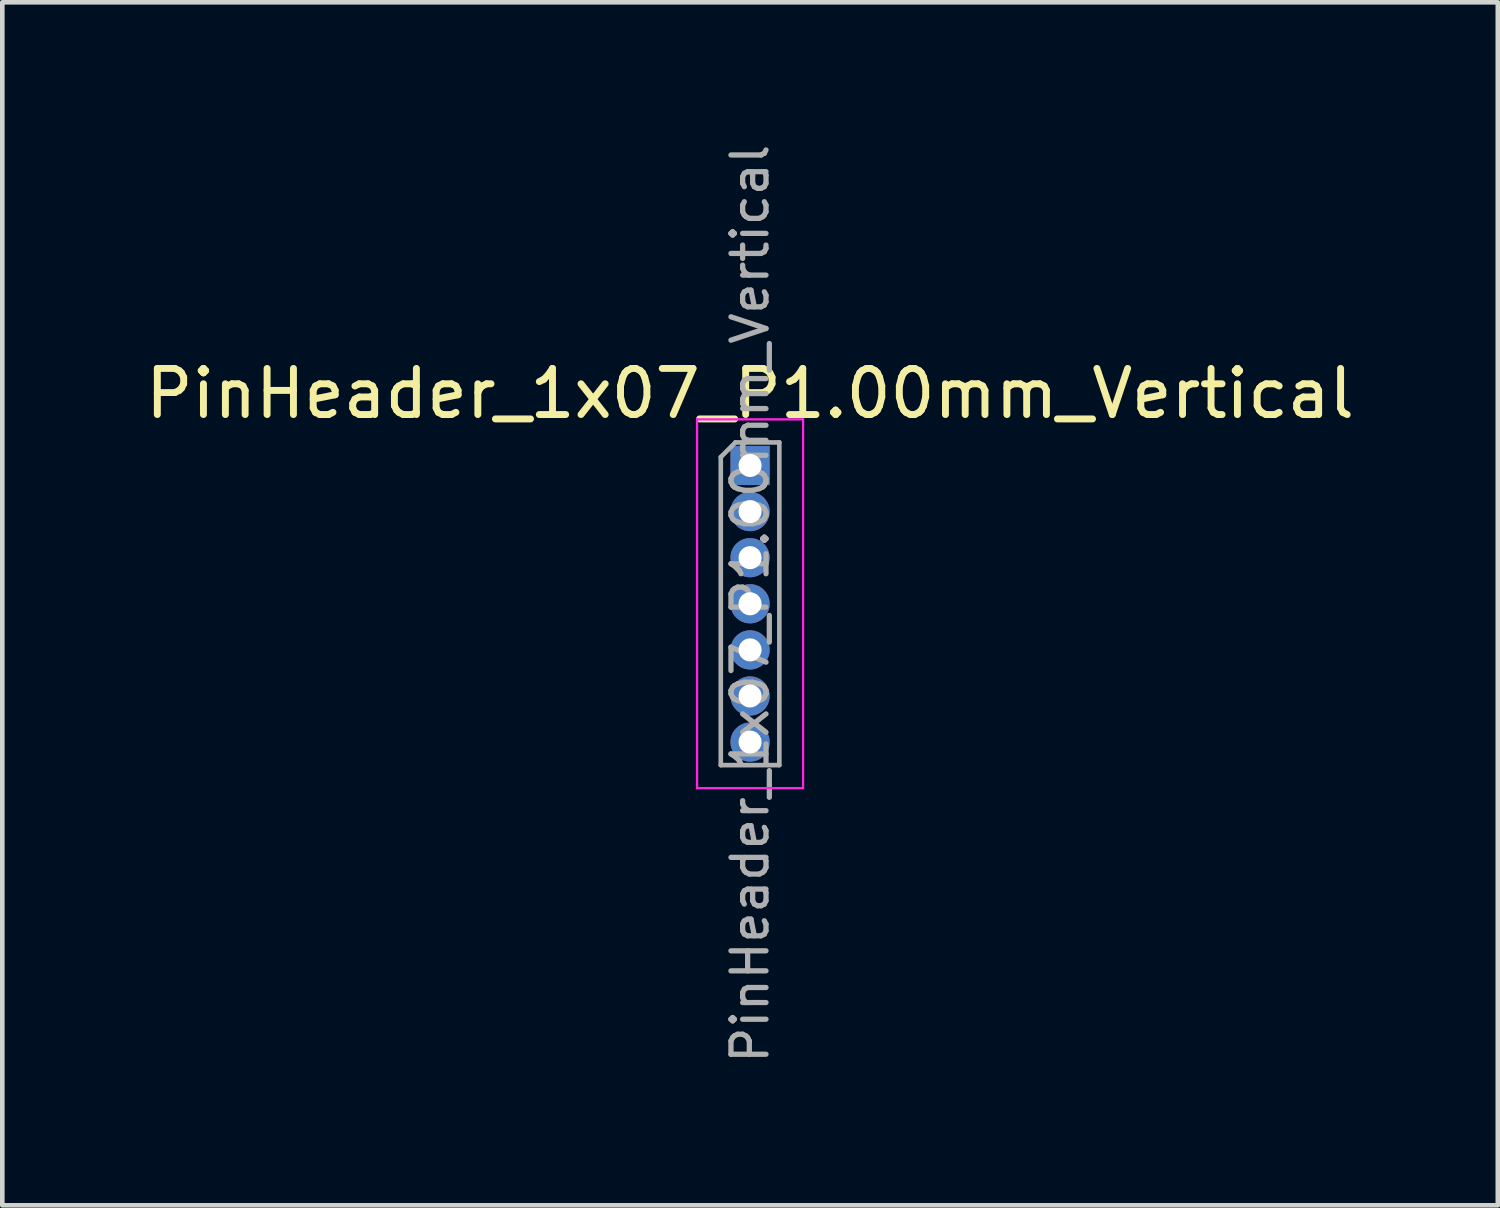
<source format=kicad_pcb>
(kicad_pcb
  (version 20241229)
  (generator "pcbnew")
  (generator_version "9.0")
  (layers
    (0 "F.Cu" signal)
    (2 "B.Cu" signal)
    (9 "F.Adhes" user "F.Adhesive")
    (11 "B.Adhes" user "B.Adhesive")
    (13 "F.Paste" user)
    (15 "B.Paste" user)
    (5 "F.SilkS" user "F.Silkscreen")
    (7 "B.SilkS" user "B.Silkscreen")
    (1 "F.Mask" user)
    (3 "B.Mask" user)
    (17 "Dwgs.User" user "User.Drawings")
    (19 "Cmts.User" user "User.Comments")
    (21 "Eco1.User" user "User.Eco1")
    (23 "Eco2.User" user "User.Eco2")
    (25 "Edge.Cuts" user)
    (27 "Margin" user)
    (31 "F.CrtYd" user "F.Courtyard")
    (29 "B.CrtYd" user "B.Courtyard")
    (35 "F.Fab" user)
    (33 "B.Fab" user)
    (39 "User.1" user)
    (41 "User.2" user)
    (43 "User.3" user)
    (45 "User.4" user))
  (footprint "PinHeader_1x07_P1.00mm_Vertical"
    (layer "F.Cu")
    (at 13.22 7.047)
    (property "Reference" "PinHeader_1x07_P1.00mm_Vertical" (at 0 -1.56 0) (layer "F.SilkS") (effects (font (size 1 1) (thickness 0.15))))
    (attr through_hole)
    (fp_line (start -1.15 -1) (end -1.15 7) (stroke (width 0.05) (type solid)) (layer "F.CrtYd"))
    (fp_line (start -1.15 7) (end 1.15 7) (stroke (width 0.05) (type solid)) (layer "F.CrtYd"))
    (fp_line (start 1.15 -1) (end -1.15 -1) (stroke (width 0.05) (type solid)) (layer "F.CrtYd"))
    (fp_line (start 1.15 7) (end 1.15 -1) (stroke (width 0.05) (type solid)) (layer "F.CrtYd"))
    (fp_line (start -0.635 -0.182) (end -0.318 -0.5) (stroke (width 0.1) (type solid)) (layer "F.Fab"))
    (fp_line (start -0.635 6.5) (end -0.635 -0.182) (stroke (width 0.1) (type solid)) (layer "F.Fab"))
    (fp_line (start -0.318 -0.5) (end 0.635 -0.5) (stroke (width 0.1) (type solid)) (layer "F.Fab"))
    (fp_line (start 0.635 -0.5) (end 0.635 6.5) (stroke (width 0.1) (type solid)) (layer "F.Fab"))
    (fp_line (start 0.635 6.5) (end -0.635 6.5) (stroke (width 0.1) (type solid)) (layer "F.Fab"))
    (fp_text user "${REFERENCE}" (at 0 3 90) (layer "F.Fab") (effects (font (size 0.76 0.76) (thickness 0.114))))
    (pad "1" thru_hole rect (at 0 0) (size 0.85 0.85) (drill 0.5) (layers "*.Cu" "*.Mask"))
    (pad "2" thru_hole oval (at 0 1) (size 0.85 0.85) (drill 0.5) (layers "*.Cu" "*.Mask"))
    (pad "3" thru_hole oval (at 0 2) (size 0.85 0.85) (drill 0.5) (layers "*.Cu" "*.Mask"))
    (pad "4" thru_hole oval (at 0 3) (size 0.85 0.85) (drill 0.5) (layers "*.Cu" "*.Mask"))
    (pad "5" thru_hole oval (at 0 4) (size 0.85 0.85) (drill 0.5) (layers "*.Cu" "*.Mask"))
    (pad "6" thru_hole oval (at 0 5) (size 0.85 0.85) (drill 0.5) (layers "*.Cu" "*.Mask"))
    (pad "7" thru_hole oval (at 0 6) (size 0.85 0.85) (drill 0.5) (layers "*.Cu" "*.Mask")))
  (gr_rect
    (start -3 -3)
    (end 29.44 23.095)
    (stroke (width 0.1) (type default))
    (fill no)
    (layer "Edge.Cuts")))
</source>
